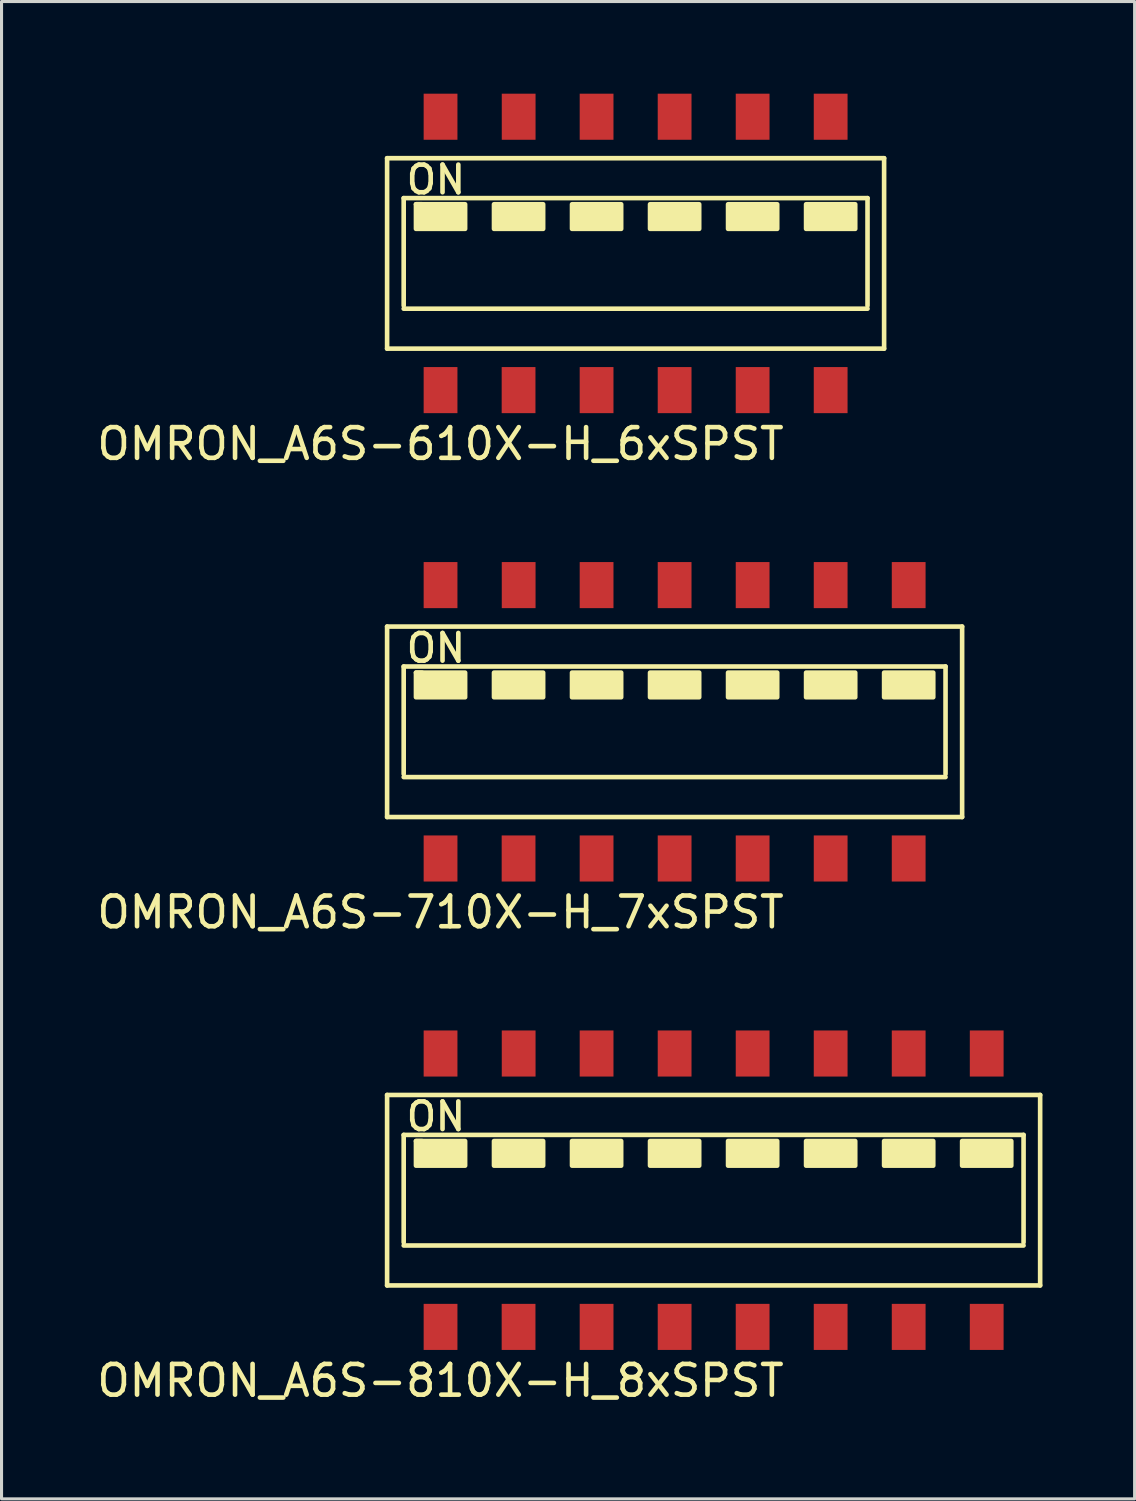
<source format=kicad_pcb>
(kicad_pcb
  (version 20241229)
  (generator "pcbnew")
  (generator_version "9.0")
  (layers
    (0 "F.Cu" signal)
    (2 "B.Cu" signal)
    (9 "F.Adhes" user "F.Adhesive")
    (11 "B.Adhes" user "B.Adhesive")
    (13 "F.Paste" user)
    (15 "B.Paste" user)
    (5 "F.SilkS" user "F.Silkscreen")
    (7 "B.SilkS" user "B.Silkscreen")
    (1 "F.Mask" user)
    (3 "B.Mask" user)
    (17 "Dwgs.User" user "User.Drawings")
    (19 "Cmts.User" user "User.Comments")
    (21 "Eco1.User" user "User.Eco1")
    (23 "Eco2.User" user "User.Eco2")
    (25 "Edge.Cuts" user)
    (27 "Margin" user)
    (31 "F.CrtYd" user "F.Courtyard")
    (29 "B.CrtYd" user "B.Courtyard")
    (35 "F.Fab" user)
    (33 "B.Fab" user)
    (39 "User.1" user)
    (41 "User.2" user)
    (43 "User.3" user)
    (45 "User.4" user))
  (footprint "OMRON_A6S-710X-H_7xSPST"
    (layer "F.Cu")
    (at 11.292 20.448)
    (property "Reference" "OMRON_A6S-710X-H_7xSPST" (at 0 6.2 0) (layer "F.SilkS") (effects (font (size 1 1) (thickness 0.15))))
    (attr through_hole)
    (fp_line (start -1.74 -3.1) (end 16.98 -3.1) (stroke (width 0.15) (type solid)) (layer "F.SilkS"))
    (fp_line (start -1.74 3.1) (end -1.74 -3.1) (stroke (width 0.15) (type solid)) (layer "F.SilkS"))
    (fp_line (start -1.2 -1.8) (end 16.44 -1.8) (stroke (width 0.15) (type solid)) (layer "F.SilkS"))
    (fp_line (start -1.2 1.7) (end -1.2 -1.8) (stroke (width 0.15) (type solid)) (layer "F.SilkS"))
    (fp_line (start -0.8 -1.6) (end -0.6 -1.6) (stroke (width 0.15) (type solid)) (layer "F.SilkS"))
    (fp_line (start 16.44 -1.8) (end 16.44 1.7) (stroke (width 0.15) (type solid)) (layer "F.SilkS"))
    (fp_line (start 16.44 1.8) (end -1.2 1.8) (stroke (width 0.15) (type solid)) (layer "F.SilkS"))
    (fp_line (start 16.98 -3.1) (end 16.98 3.1) (stroke (width 0.15) (type solid)) (layer "F.SilkS"))
    (fp_line (start 16.98 3.1) (end -1.74 3.1) (stroke (width 0.15) (type solid)) (layer "F.SilkS"))
    (fp_poly (pts (xy -0.8 -1.6) (xy 0.8 -1.6) (xy 0.8 -0.8) (xy -0.8 -0.8)) (stroke (width 0.15) (type solid)) (fill yes) (layer "F.SilkS"))
    (fp_poly (pts (xy 1.74 -1.6) (xy 3.34 -1.6) (xy 3.34 -0.8) (xy 1.74 -0.8)) (stroke (width 0.15) (type solid)) (fill yes) (layer "F.SilkS"))
    (fp_poly (pts (xy 4.28 -1.6) (xy 5.88 -1.6) (xy 5.88 -0.8) (xy 4.28 -0.8)) (stroke (width 0.15) (type solid)) (fill yes) (layer "F.SilkS"))
    (fp_poly (pts (xy 6.82 -1.6) (xy 8.42 -1.6) (xy 8.42 -0.8) (xy 6.82 -0.8)) (stroke (width 0.15) (type solid)) (fill yes) (layer "F.SilkS"))
    (fp_poly (pts (xy 9.36 -1.6) (xy 10.96 -1.6) (xy 10.96 -0.8) (xy 9.36 -0.8)) (stroke (width 0.15) (type solid)) (fill yes) (layer "F.SilkS"))
    (fp_poly (pts (xy 11.9 -1.6) (xy 13.5 -1.6) (xy 13.5 -0.8) (xy 11.9 -0.8)) (stroke (width 0.15) (type solid)) (fill yes) (layer "F.SilkS"))
    (fp_poly (pts (xy 14.44 -1.6) (xy 16.04 -1.6) (xy 16.04 -0.8) (xy 14.44 -0.8)) (stroke (width 0.15) (type solid)) (fill yes) (layer "F.SilkS"))
    (fp_text user "ON" (at -0.15 -2.4 0) (layer "F.SilkS") (effects (font (size 0.9 0.9) (thickness 0.15))))
    (pad "1" smd rect (at 0 4.45) (size 1.1 1.5) (layers "F.Cu" "F.Mask" "F.Paste"))
    (pad "2" smd rect (at 2.54 4.45) (size 1.1 1.5) (layers "F.Cu" "F.Mask" "F.Paste"))
    (pad "3" smd rect (at 5.08 4.45) (size 1.1 1.5) (layers "F.Cu" "F.Mask" "F.Paste"))
    (pad "4" smd rect (at 7.62 4.45) (size 1.1 1.5) (layers "F.Cu" "F.Mask" "F.Paste"))
    (pad "5" smd rect (at 10.16 4.45) (size 1.1 1.5) (layers "F.Cu" "F.Mask" "F.Paste"))
    (pad "6" smd rect (at 12.7 4.45) (size 1.1 1.5) (layers "F.Cu" "F.Mask" "F.Paste"))
    (pad "7" smd rect (at 15.24 4.45) (size 1.1 1.5) (layers "F.Cu" "F.Mask" "F.Paste"))
    (pad "8" smd rect (at 15.24 -4.45) (size 1.1 1.5) (layers "F.Cu" "F.Mask" "F.Paste"))
    (pad "9" smd rect (at 12.7 -4.45) (size 1.1 1.5) (layers "F.Cu" "F.Mask" "F.Paste"))
    (pad "10" smd rect (at 10.16 -4.45) (size 1.1 1.5) (layers "F.Cu" "F.Mask" "F.Paste"))
    (pad "11" smd rect (at 7.62 -4.45) (size 1.1 1.5) (layers "F.Cu" "F.Mask" "F.Paste"))
    (pad "12" smd rect (at 5.08 -4.45) (size 1.1 1.5) (layers "F.Cu" "F.Mask" "F.Paste"))
    (pad "13" smd rect (at 2.543 -4.45) (size 1.1 1.5) (layers "F.Cu" "F.Mask" "F.Paste"))
    (pad "14" smd rect (at 0 -4.45) (size 1.1 1.5) (layers "F.Cu" "F.Mask" "F.Paste")))
  (footprint "OMRON_A6S-610X-H_6xSPST"
    (layer "F.Cu")
    (at 11.292 5.2)
    (property "Reference" "OMRON_A6S-610X-H_6xSPST" (at 0 6.2 0) (layer "F.SilkS") (effects (font (size 1 1) (thickness 0.15))))
    (attr through_hole)
    (fp_line (start -1.74 -3.1) (end 14.44 -3.1) (stroke (width 0.15) (type solid)) (layer "F.SilkS"))
    (fp_line (start -1.74 3.1) (end -1.74 -3.1) (stroke (width 0.15) (type solid)) (layer "F.SilkS"))
    (fp_line (start -1.2 -1.8) (end 13.9 -1.8) (stroke (width 0.15) (type solid)) (layer "F.SilkS"))
    (fp_line (start -1.2 1.7) (end -1.2 -1.8) (stroke (width 0.15) (type solid)) (layer "F.SilkS"))
    (fp_line (start -0.8 -1.6) (end -0.6 -1.6) (stroke (width 0.15) (type solid)) (layer "F.SilkS"))
    (fp_line (start 13.9 -1.8) (end 13.9 1.7) (stroke (width 0.15) (type solid)) (layer "F.SilkS"))
    (fp_line (start 13.9 1.8) (end -1.2 1.8) (stroke (width 0.15) (type solid)) (layer "F.SilkS"))
    (fp_line (start 14.44 -3.1) (end 14.44 3.1) (stroke (width 0.15) (type solid)) (layer "F.SilkS"))
    (fp_line (start 14.44 3.1) (end -1.74 3.1) (stroke (width 0.15) (type solid)) (layer "F.SilkS"))
    (fp_poly (pts (xy -0.8 -1.6) (xy 0.8 -1.6) (xy 0.8 -0.8) (xy -0.8 -0.8)) (stroke (width 0.15) (type solid)) (fill yes) (layer "F.SilkS"))
    (fp_poly (pts (xy 1.74 -1.6) (xy 3.34 -1.6) (xy 3.34 -0.8) (xy 1.74 -0.8)) (stroke (width 0.15) (type solid)) (fill yes) (layer "F.SilkS"))
    (fp_poly (pts (xy 4.28 -1.6) (xy 5.88 -1.6) (xy 5.88 -0.8) (xy 4.28 -0.8)) (stroke (width 0.15) (type solid)) (fill yes) (layer "F.SilkS"))
    (fp_poly (pts (xy 6.82 -1.6) (xy 8.42 -1.6) (xy 8.42 -0.8) (xy 6.82 -0.8)) (stroke (width 0.15) (type solid)) (fill yes) (layer "F.SilkS"))
    (fp_poly (pts (xy 9.36 -1.6) (xy 10.96 -1.6) (xy 10.96 -0.8) (xy 9.36 -0.8)) (stroke (width 0.15) (type solid)) (fill yes) (layer "F.SilkS"))
    (fp_poly (pts (xy 11.9 -1.6) (xy 13.5 -1.6) (xy 13.5 -0.8) (xy 11.9 -0.8)) (stroke (width 0.15) (type solid)) (fill yes) (layer "F.SilkS"))
    (fp_text user "ON" (at -0.15 -2.4 0) (layer "F.SilkS") (effects (font (size 0.9 0.9) (thickness 0.15))))
    (pad "1" smd rect (at 0 4.45) (size 1.1 1.5) (layers "F.Cu" "F.Mask" "F.Paste"))
    (pad "2" smd rect (at 2.54 4.45) (size 1.1 1.5) (layers "F.Cu" "F.Mask" "F.Paste"))
    (pad "3" smd rect (at 5.08 4.45) (size 1.1 1.5) (layers "F.Cu" "F.Mask" "F.Paste"))
    (pad "4" smd rect (at 7.62 4.45) (size 1.1 1.5) (layers "F.Cu" "F.Mask" "F.Paste"))
    (pad "5" smd rect (at 10.16 4.45) (size 1.1 1.5) (layers "F.Cu" "F.Mask" "F.Paste"))
    (pad "6" smd rect (at 12.7 4.45) (size 1.1 1.5) (layers "F.Cu" "F.Mask" "F.Paste"))
    (pad "7" smd rect (at 12.7 -4.45) (size 1.1 1.5) (layers "F.Cu" "F.Mask" "F.Paste"))
    (pad "8" smd rect (at 10.16 -4.45) (size 1.1 1.5) (layers "F.Cu" "F.Mask" "F.Paste"))
    (pad "9" smd rect (at 7.62 -4.45) (size 1.1 1.5) (layers "F.Cu" "F.Mask" "F.Paste"))
    (pad "10" smd rect (at 5.08 -4.45) (size 1.1 1.5) (layers "F.Cu" "F.Mask" "F.Paste"))
    (pad "11" smd rect (at 2.543 -4.45) (size 1.1 1.5) (layers "F.Cu" "F.Mask" "F.Paste"))
    (pad "12" smd rect (at 0 -4.45) (size 1.1 1.5) (layers "F.Cu" "F.Mask" "F.Paste")))
  (footprint "OMRON_A6S-810X-H_8xSPST"
    (layer "F.Cu")
    (at 11.292 35.697)
    (property "Reference" "OMRON_A6S-810X-H_8xSPST" (at 0 6.2 0) (layer "F.SilkS") (effects (font (size 1 1) (thickness 0.15))))
    (attr through_hole)
    (fp_line (start -1.74 -3.1) (end 19.52 -3.1) (stroke (width 0.15) (type solid)) (layer "F.SilkS"))
    (fp_line (start -1.74 3.1) (end -1.74 -3.1) (stroke (width 0.15) (type solid)) (layer "F.SilkS"))
    (fp_line (start -1.2 -1.8) (end 18.98 -1.8) (stroke (width 0.15) (type solid)) (layer "F.SilkS"))
    (fp_line (start -1.2 1.7) (end -1.2 -1.8) (stroke (width 0.15) (type solid)) (layer "F.SilkS"))
    (fp_line (start -0.8 -1.6) (end -0.6 -1.6) (stroke (width 0.15) (type solid)) (layer "F.SilkS"))
    (fp_line (start 18.98 -1.8) (end 18.98 1.7) (stroke (width 0.15) (type solid)) (layer "F.SilkS"))
    (fp_line (start 18.98 1.8) (end -1.2 1.8) (stroke (width 0.15) (type solid)) (layer "F.SilkS"))
    (fp_line (start 19.52 -3.1) (end 19.52 3.1) (stroke (width 0.15) (type solid)) (layer "F.SilkS"))
    (fp_line (start 19.52 3.1) (end -1.74 3.1) (stroke (width 0.15) (type solid)) (layer "F.SilkS"))
    (fp_poly (pts (xy -0.8 -1.6) (xy 0.8 -1.6) (xy 0.8 -0.8) (xy -0.8 -0.8)) (stroke (width 0.15) (type solid)) (fill yes) (layer "F.SilkS"))
    (fp_poly (pts (xy 1.74 -1.6) (xy 3.34 -1.6) (xy 3.34 -0.8) (xy 1.74 -0.8)) (stroke (width 0.15) (type solid)) (fill yes) (layer "F.SilkS"))
    (fp_poly (pts (xy 4.28 -1.6) (xy 5.88 -1.6) (xy 5.88 -0.8) (xy 4.28 -0.8)) (stroke (width 0.15) (type solid)) (fill yes) (layer "F.SilkS"))
    (fp_poly (pts (xy 6.82 -1.6) (xy 8.42 -1.6) (xy 8.42 -0.8) (xy 6.82 -0.8)) (stroke (width 0.15) (type solid)) (fill yes) (layer "F.SilkS"))
    (fp_poly (pts (xy 9.36 -1.6) (xy 10.96 -1.6) (xy 10.96 -0.8) (xy 9.36 -0.8)) (stroke (width 0.15) (type solid)) (fill yes) (layer "F.SilkS"))
    (fp_poly (pts (xy 11.9 -1.6) (xy 13.5 -1.6) (xy 13.5 -0.8) (xy 11.9 -0.8)) (stroke (width 0.15) (type solid)) (fill yes) (layer "F.SilkS"))
    (fp_poly (pts (xy 14.44 -1.6) (xy 16.04 -1.6) (xy 16.04 -0.8) (xy 14.44 -0.8)) (stroke (width 0.15) (type solid)) (fill yes) (layer "F.SilkS"))
    (fp_poly (pts (xy 16.98 -1.6) (xy 18.58 -1.6) (xy 18.58 -0.8) (xy 16.98 -0.8)) (stroke (width 0.15) (type solid)) (fill yes) (layer "F.SilkS"))
    (fp_text user "ON" (at -0.15 -2.4 0) (layer "F.SilkS") (effects (font (size 0.9 0.9) (thickness 0.15))))
    (pad "1" smd rect (at 0 4.45) (size 1.1 1.5) (layers "F.Cu" "F.Mask" "F.Paste"))
    (pad "2" smd rect (at 2.54 4.45) (size 1.1 1.5) (layers "F.Cu" "F.Mask" "F.Paste"))
    (pad "3" smd rect (at 5.08 4.45) (size 1.1 1.5) (layers "F.Cu" "F.Mask" "F.Paste"))
    (pad "4" smd rect (at 7.62 4.45) (size 1.1 1.5) (layers "F.Cu" "F.Mask" "F.Paste"))
    (pad "5" smd rect (at 10.16 4.45) (size 1.1 1.5) (layers "F.Cu" "F.Mask" "F.Paste"))
    (pad "6" smd rect (at 12.7 4.45) (size 1.1 1.5) (layers "F.Cu" "F.Mask" "F.Paste"))
    (pad "7" smd rect (at 15.24 4.45) (size 1.1 1.5) (layers "F.Cu" "F.Mask" "F.Paste"))
    (pad "8" smd rect (at 17.78 4.45) (size 1.1 1.5) (layers "F.Cu" "F.Mask" "F.Paste"))
    (pad "9" smd rect (at 17.78 -4.45) (size 1.1 1.5) (layers "F.Cu" "F.Mask" "F.Paste"))
    (pad "10" smd rect (at 15.24 -4.45) (size 1.1 1.5) (layers "F.Cu" "F.Mask" "F.Paste"))
    (pad "11" smd rect (at 12.7 -4.45) (size 1.1 1.5) (layers "F.Cu" "F.Mask" "F.Paste"))
    (pad "12" smd rect (at 10.16 -4.45) (size 1.1 1.5) (layers "F.Cu" "F.Mask" "F.Paste"))
    (pad "13" smd rect (at 7.62 -4.45) (size 1.1 1.5) (layers "F.Cu" "F.Mask" "F.Paste"))
    (pad "14" smd rect (at 5.08 -4.45) (size 1.1 1.5) (layers "F.Cu" "F.Mask" "F.Paste"))
    (pad "15" smd rect (at 2.543 -4.45) (size 1.1 1.5) (layers "F.Cu" "F.Mask" "F.Paste"))
    (pad "16" smd rect (at 0 -4.45) (size 1.1 1.5) (layers "F.Cu" "F.Mask" "F.Paste")))
  (gr_rect
    (start -3 -3)
    (end 33.887 45.745)
    (stroke (width 0.1) (type default))
    (fill no)
    (layer "Edge.Cuts")))
</source>
